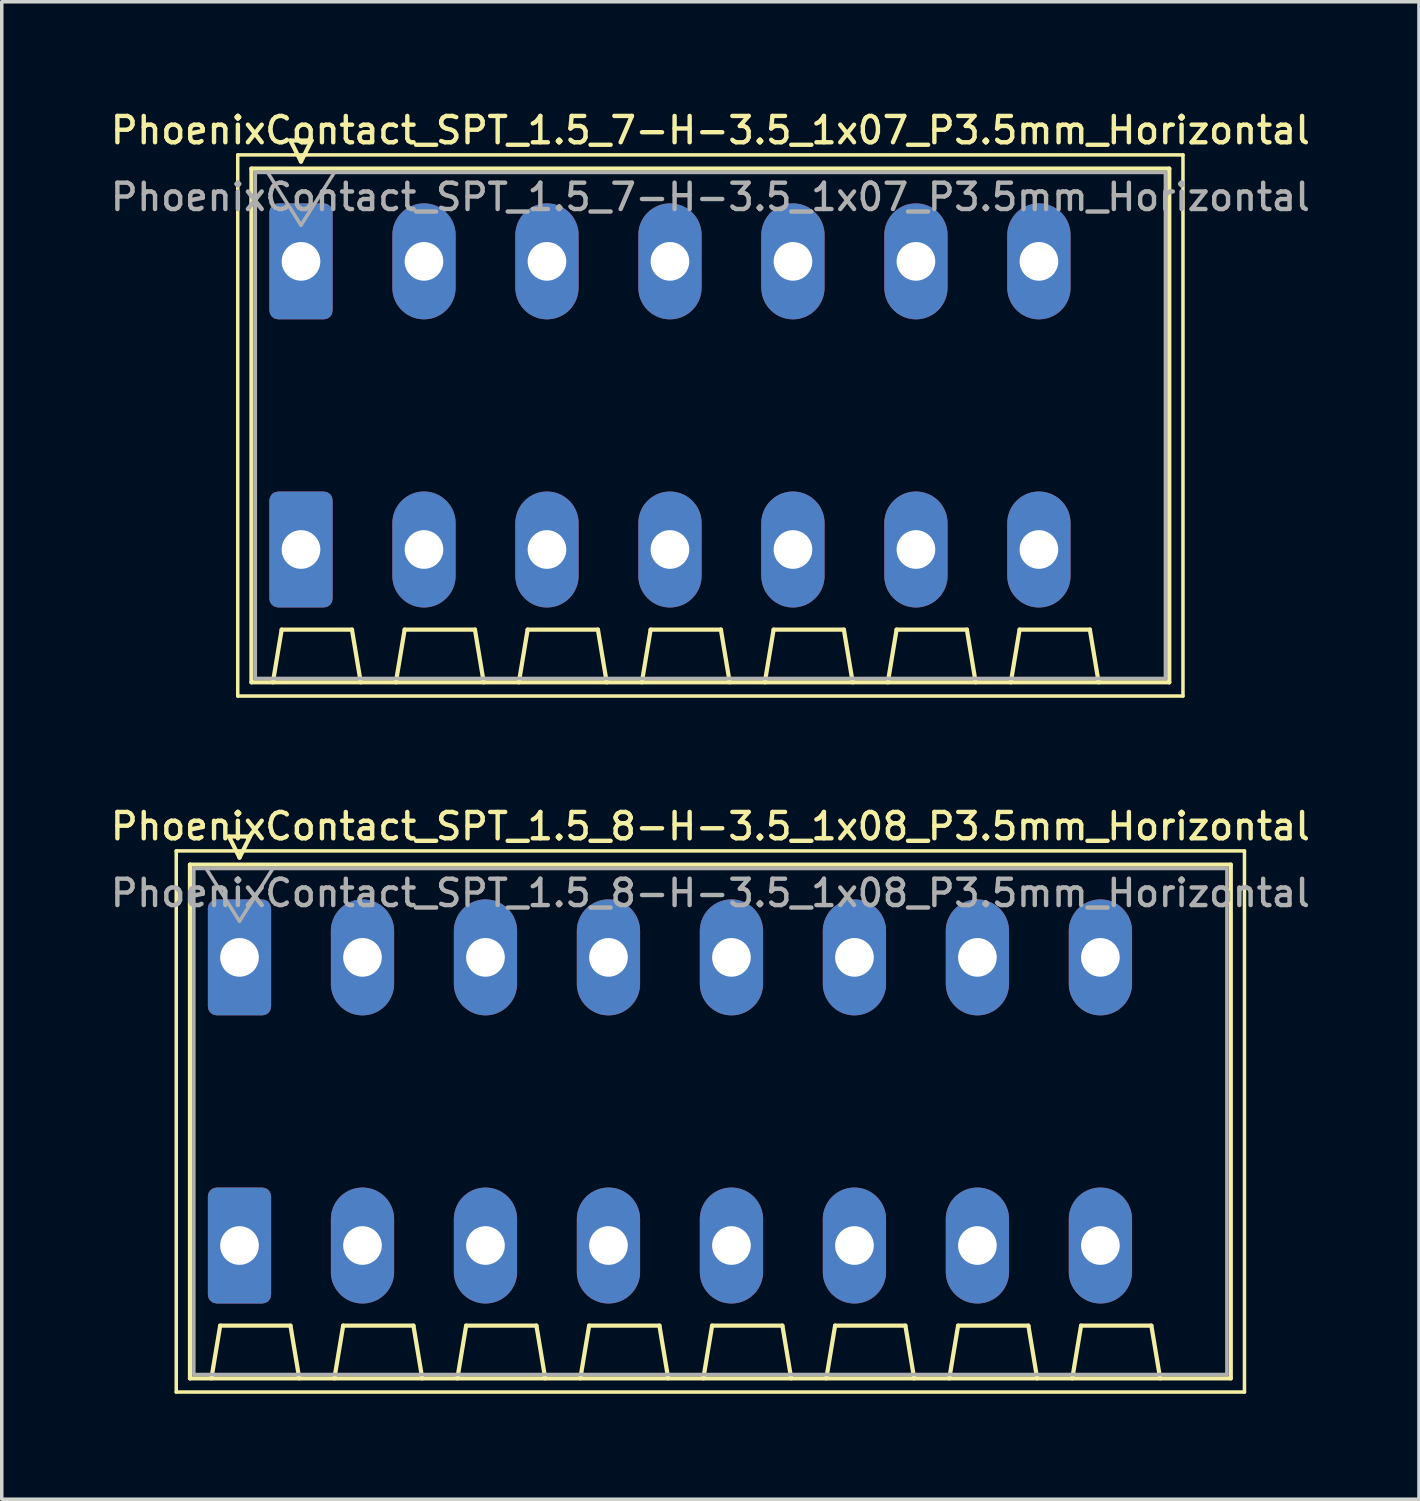
<source format=kicad_pcb>
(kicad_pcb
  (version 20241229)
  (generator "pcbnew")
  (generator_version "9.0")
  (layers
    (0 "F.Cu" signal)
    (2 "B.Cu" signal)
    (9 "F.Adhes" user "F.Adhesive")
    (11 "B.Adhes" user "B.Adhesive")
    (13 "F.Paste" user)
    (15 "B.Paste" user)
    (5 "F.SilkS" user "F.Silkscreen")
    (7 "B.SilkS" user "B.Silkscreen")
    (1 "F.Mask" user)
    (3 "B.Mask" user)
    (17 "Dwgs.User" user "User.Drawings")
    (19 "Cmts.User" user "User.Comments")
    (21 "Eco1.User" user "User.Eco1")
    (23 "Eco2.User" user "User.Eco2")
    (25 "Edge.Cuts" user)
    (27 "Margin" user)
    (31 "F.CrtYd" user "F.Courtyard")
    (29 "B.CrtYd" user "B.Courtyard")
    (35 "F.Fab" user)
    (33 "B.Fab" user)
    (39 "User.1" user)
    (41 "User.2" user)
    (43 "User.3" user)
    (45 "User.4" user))
  (footprint "PhoenixContact_SPT_1.5_7-H-3.5_1x07_P3.5mm_Horizontal"
    (layer "F.Cu")
    (at 5.516 4.388)
    (property "Reference" "PhoenixContact_SPT_1.5_7-H-3.5_1x07_P3.5mm_Horizontal" (at 11.65 -3.73 0) (layer "F.SilkS") (effects (font (size 0.75 0.75) (thickness 0.125))))
    (attr through_hole)
    (fp_line (start -1.8 -3.03) (end -1.8 12.37) (stroke (width 0.1) (type solid)) (layer "F.SilkS"))
    (fp_line (start -1.8 12.37) (end 25.1 12.37) (stroke (width 0.1) (type solid)) (layer "F.SilkS"))
    (fp_line (start -1.41 -2.64) (end 24.71 -2.64) (stroke (width 0.12) (type solid)) (layer "F.SilkS"))
    (fp_line (start -1.41 11.98) (end -1.41 -2.64) (stroke (width 0.12) (type solid)) (layer "F.SilkS"))
    (fp_line (start -0.8 11.98) (end -0.55 10.48) (stroke (width 0.12) (type solid)) (layer "F.SilkS"))
    (fp_line (start -0.55 10.48) (end 1.45 10.48) (stroke (width 0.12) (type solid)) (layer "F.SilkS"))
    (fp_line (start -0.3 -3.44) (end 0 -2.84) (stroke (width 0.12) (type solid)) (layer "F.SilkS"))
    (fp_line (start -0.3 -3.44) (end 0.3 -3.44) (stroke (width 0.12) (type solid)) (layer "F.SilkS"))
    (fp_line (start 0.3 -3.44) (end 0 -2.84) (stroke (width 0.12) (type solid)) (layer "F.SilkS"))
    (fp_line (start 1.7 11.98) (end 1.45 10.48) (stroke (width 0.12) (type solid)) (layer "F.SilkS"))
    (fp_line (start 2.7 11.98) (end 2.95 10.48) (stroke (width 0.12) (type solid)) (layer "F.SilkS"))
    (fp_line (start 2.95 10.48) (end 4.95 10.48) (stroke (width 0.12) (type solid)) (layer "F.SilkS"))
    (fp_line (start 5.2 11.98) (end 4.95 10.48) (stroke (width 0.12) (type solid)) (layer "F.SilkS"))
    (fp_line (start 6.2 11.98) (end 6.45 10.48) (stroke (width 0.12) (type solid)) (layer "F.SilkS"))
    (fp_line (start 6.45 10.48) (end 8.45 10.48) (stroke (width 0.12) (type solid)) (layer "F.SilkS"))
    (fp_line (start 8.7 11.98) (end 8.45 10.48) (stroke (width 0.12) (type solid)) (layer "F.SilkS"))
    (fp_line (start 9.7 11.98) (end 9.95 10.48) (stroke (width 0.12) (type solid)) (layer "F.SilkS"))
    (fp_line (start 9.95 10.48) (end 11.95 10.48) (stroke (width 0.12) (type solid)) (layer "F.SilkS"))
    (fp_line (start 12.2 11.98) (end 11.95 10.48) (stroke (width 0.12) (type solid)) (layer "F.SilkS"))
    (fp_line (start 13.2 11.98) (end 13.45 10.48) (stroke (width 0.12) (type solid)) (layer "F.SilkS"))
    (fp_line (start 13.45 10.48) (end 15.45 10.48) (stroke (width 0.12) (type solid)) (layer "F.SilkS"))
    (fp_line (start 15.7 11.98) (end 15.45 10.48) (stroke (width 0.12) (type solid)) (layer "F.SilkS"))
    (fp_line (start 16.7 11.98) (end 16.95 10.48) (stroke (width 0.12) (type solid)) (layer "F.SilkS"))
    (fp_line (start 16.95 10.48) (end 18.95 10.48) (stroke (width 0.12) (type solid)) (layer "F.SilkS"))
    (fp_line (start 19.2 11.98) (end 18.95 10.48) (stroke (width 0.12) (type solid)) (layer "F.SilkS"))
    (fp_line (start 20.2 11.98) (end 20.45 10.48) (stroke (width 0.12) (type solid)) (layer "F.SilkS"))
    (fp_line (start 20.45 10.48) (end 22.45 10.48) (stroke (width 0.12) (type solid)) (layer "F.SilkS"))
    (fp_line (start 22.7 11.98) (end 22.45 10.48) (stroke (width 0.12) (type solid)) (layer "F.SilkS"))
    (fp_line (start 24.71 -2.64) (end 24.71 11.98) (stroke (width 0.12) (type solid)) (layer "F.SilkS"))
    (fp_line (start 24.71 11.98) (end -1.41 11.98) (stroke (width 0.12) (type solid)) (layer "F.SilkS"))
    (fp_line (start 25.1 -3.03) (end -1.8 -3.03) (stroke (width 0.1) (type solid)) (layer "F.SilkS"))
    (fp_line (start 25.1 12.37) (end 25.1 -3.03) (stroke (width 0.1) (type solid)) (layer "F.SilkS"))
    (fp_line (start -1.3 -2.53) (end -1.3 11.87) (stroke (width 0.1) (type solid)) (layer "F.Fab"))
    (fp_line (start -1.3 11.87) (end 24.6 11.87) (stroke (width 0.1) (type solid)) (layer "F.Fab"))
    (fp_line (start -0.95 -2.53) (end 0 -1.03) (stroke (width 0.1) (type solid)) (layer "F.Fab"))
    (fp_line (start 0.95 -2.53) (end 0 -1.03) (stroke (width 0.1) (type solid)) (layer "F.Fab"))
    (fp_line (start 24.6 -2.53) (end -1.3 -2.53) (stroke (width 0.1) (type solid)) (layer "F.Fab"))
    (fp_line (start 24.6 11.87) (end 24.6 -2.53) (stroke (width 0.1) (type solid)) (layer "F.Fab"))
    (fp_text user "${REFERENCE}" (at 11.65 -1.83 0) (layer "F.Fab") (effects (font (size 0.75 0.75) (thickness 0.125))))
    (pad "1" thru_hole roundrect (at 0 0) (size 1.8 3.3) (drill 1.1) (layers "*.Cu" "*.Mask") (roundrect_rratio 0.139))
    (pad "1" thru_hole roundrect (at 0 8.2) (size 1.8 3.3) (drill 1.1) (layers "*.Cu" "*.Mask") (roundrect_rratio 0.139))
    (pad "2" thru_hole oval (at 3.5 0) (size 1.8 3.3) (drill 1.1) (layers "*.Cu" "*.Mask"))
    (pad "2" thru_hole oval (at 3.5 8.2) (size 1.8 3.3) (drill 1.1) (layers "*.Cu" "*.Mask"))
    (pad "3" thru_hole oval (at 7 0) (size 1.8 3.3) (drill 1.1) (layers "*.Cu" "*.Mask"))
    (pad "3" thru_hole oval (at 7 8.2) (size 1.8 3.3) (drill 1.1) (layers "*.Cu" "*.Mask"))
    (pad "4" thru_hole oval (at 10.5 0) (size 1.8 3.3) (drill 1.1) (layers "*.Cu" "*.Mask"))
    (pad "4" thru_hole oval (at 10.5 8.2) (size 1.8 3.3) (drill 1.1) (layers "*.Cu" "*.Mask"))
    (pad "5" thru_hole oval (at 14 0) (size 1.8 3.3) (drill 1.1) (layers "*.Cu" "*.Mask"))
    (pad "5" thru_hole oval (at 14 8.2) (size 1.8 3.3) (drill 1.1) (layers "*.Cu" "*.Mask"))
    (pad "6" thru_hole oval (at 17.5 0) (size 1.8 3.3) (drill 1.1) (layers "*.Cu" "*.Mask"))
    (pad "6" thru_hole oval (at 17.5 8.2) (size 1.8 3.3) (drill 1.1) (layers "*.Cu" "*.Mask"))
    (pad "7" thru_hole oval (at 21 0) (size 1.8 3.3) (drill 1.1) (layers "*.Cu" "*.Mask"))
    (pad "7" thru_hole oval (at 21 8.2) (size 1.8 3.3) (drill 1.1) (layers "*.Cu" "*.Mask")))
  (footprint "PhoenixContact_SPT_1.5_8-H-3.5_1x08_P3.5mm_Horizontal"
    (layer "F.Cu")
    (at 3.766 24.196)
    (property "Reference" "PhoenixContact_SPT_1.5_8-H-3.5_1x08_P3.5mm_Horizontal" (at 13.4 -3.73 0) (layer "F.SilkS") (effects (font (size 0.75 0.75) (thickness 0.125))))
    (attr through_hole)
    (fp_line (start -1.8 -3.03) (end -1.8 12.37) (stroke (width 0.1) (type solid)) (layer "F.SilkS"))
    (fp_line (start -1.8 12.37) (end 28.6 12.37) (stroke (width 0.1) (type solid)) (layer "F.SilkS"))
    (fp_line (start -1.41 -2.64) (end 28.21 -2.64) (stroke (width 0.12) (type solid)) (layer "F.SilkS"))
    (fp_line (start -1.41 11.98) (end -1.41 -2.64) (stroke (width 0.12) (type solid)) (layer "F.SilkS"))
    (fp_line (start -0.8 11.98) (end -0.55 10.48) (stroke (width 0.12) (type solid)) (layer "F.SilkS"))
    (fp_line (start -0.55 10.48) (end 1.45 10.48) (stroke (width 0.12) (type solid)) (layer "F.SilkS"))
    (fp_line (start -0.3 -3.44) (end 0 -2.84) (stroke (width 0.12) (type solid)) (layer "F.SilkS"))
    (fp_line (start -0.3 -3.44) (end 0.3 -3.44) (stroke (width 0.12) (type solid)) (layer "F.SilkS"))
    (fp_line (start 0.3 -3.44) (end 0 -2.84) (stroke (width 0.12) (type solid)) (layer "F.SilkS"))
    (fp_line (start 1.7 11.98) (end 1.45 10.48) (stroke (width 0.12) (type solid)) (layer "F.SilkS"))
    (fp_line (start 2.7 11.98) (end 2.95 10.48) (stroke (width 0.12) (type solid)) (layer "F.SilkS"))
    (fp_line (start 2.95 10.48) (end 4.95 10.48) (stroke (width 0.12) (type solid)) (layer "F.SilkS"))
    (fp_line (start 5.2 11.98) (end 4.95 10.48) (stroke (width 0.12) (type solid)) (layer "F.SilkS"))
    (fp_line (start 6.2 11.98) (end 6.45 10.48) (stroke (width 0.12) (type solid)) (layer "F.SilkS"))
    (fp_line (start 6.45 10.48) (end 8.45 10.48) (stroke (width 0.12) (type solid)) (layer "F.SilkS"))
    (fp_line (start 8.7 11.98) (end 8.45 10.48) (stroke (width 0.12) (type solid)) (layer "F.SilkS"))
    (fp_line (start 9.7 11.98) (end 9.95 10.48) (stroke (width 0.12) (type solid)) (layer "F.SilkS"))
    (fp_line (start 9.95 10.48) (end 11.95 10.48) (stroke (width 0.12) (type solid)) (layer "F.SilkS"))
    (fp_line (start 12.2 11.98) (end 11.95 10.48) (stroke (width 0.12) (type solid)) (layer "F.SilkS"))
    (fp_line (start 13.2 11.98) (end 13.45 10.48) (stroke (width 0.12) (type solid)) (layer "F.SilkS"))
    (fp_line (start 13.45 10.48) (end 15.45 10.48) (stroke (width 0.12) (type solid)) (layer "F.SilkS"))
    (fp_line (start 15.7 11.98) (end 15.45 10.48) (stroke (width 0.12) (type solid)) (layer "F.SilkS"))
    (fp_line (start 16.7 11.98) (end 16.95 10.48) (stroke (width 0.12) (type solid)) (layer "F.SilkS"))
    (fp_line (start 16.95 10.48) (end 18.95 10.48) (stroke (width 0.12) (type solid)) (layer "F.SilkS"))
    (fp_line (start 19.2 11.98) (end 18.95 10.48) (stroke (width 0.12) (type solid)) (layer "F.SilkS"))
    (fp_line (start 20.2 11.98) (end 20.45 10.48) (stroke (width 0.12) (type solid)) (layer "F.SilkS"))
    (fp_line (start 20.45 10.48) (end 22.45 10.48) (stroke (width 0.12) (type solid)) (layer "F.SilkS"))
    (fp_line (start 22.7 11.98) (end 22.45 10.48) (stroke (width 0.12) (type solid)) (layer "F.SilkS"))
    (fp_line (start 23.7 11.98) (end 23.95 10.48) (stroke (width 0.12) (type solid)) (layer "F.SilkS"))
    (fp_line (start 23.95 10.48) (end 25.95 10.48) (stroke (width 0.12) (type solid)) (layer "F.SilkS"))
    (fp_line (start 26.2 11.98) (end 25.95 10.48) (stroke (width 0.12) (type solid)) (layer "F.SilkS"))
    (fp_line (start 28.21 -2.64) (end 28.21 11.98) (stroke (width 0.12) (type solid)) (layer "F.SilkS"))
    (fp_line (start 28.21 11.98) (end -1.41 11.98) (stroke (width 0.12) (type solid)) (layer "F.SilkS"))
    (fp_line (start 28.6 -3.03) (end -1.8 -3.03) (stroke (width 0.1) (type solid)) (layer "F.SilkS"))
    (fp_line (start 28.6 12.37) (end 28.6 -3.03) (stroke (width 0.1) (type solid)) (layer "F.SilkS"))
    (fp_line (start -1.3 -2.53) (end -1.3 11.87) (stroke (width 0.1) (type solid)) (layer "F.Fab"))
    (fp_line (start -1.3 11.87) (end 28.1 11.87) (stroke (width 0.1) (type solid)) (layer "F.Fab"))
    (fp_line (start -0.95 -2.53) (end 0 -1.03) (stroke (width 0.1) (type solid)) (layer "F.Fab"))
    (fp_line (start 0.95 -2.53) (end 0 -1.03) (stroke (width 0.1) (type solid)) (layer "F.Fab"))
    (fp_line (start 28.1 -2.53) (end -1.3 -2.53) (stroke (width 0.1) (type solid)) (layer "F.Fab"))
    (fp_line (start 28.1 11.87) (end 28.1 -2.53) (stroke (width 0.1) (type solid)) (layer "F.Fab"))
    (fp_text user "${REFERENCE}" (at 13.4 -1.83 0) (layer "F.Fab") (effects (font (size 0.75 0.75) (thickness 0.125))))
    (pad "1" thru_hole roundrect (at 0 0) (size 1.8 3.3) (drill 1.1) (layers "*.Cu" "*.Mask") (roundrect_rratio 0.139))
    (pad "1" thru_hole roundrect (at 0 8.2) (size 1.8 3.3) (drill 1.1) (layers "*.Cu" "*.Mask") (roundrect_rratio 0.139))
    (pad "2" thru_hole oval (at 3.5 0) (size 1.8 3.3) (drill 1.1) (layers "*.Cu" "*.Mask"))
    (pad "2" thru_hole oval (at 3.5 8.2) (size 1.8 3.3) (drill 1.1) (layers "*.Cu" "*.Mask"))
    (pad "3" thru_hole oval (at 7 0) (size 1.8 3.3) (drill 1.1) (layers "*.Cu" "*.Mask"))
    (pad "3" thru_hole oval (at 7 8.2) (size 1.8 3.3) (drill 1.1) (layers "*.Cu" "*.Mask"))
    (pad "4" thru_hole oval (at 10.5 0) (size 1.8 3.3) (drill 1.1) (layers "*.Cu" "*.Mask"))
    (pad "4" thru_hole oval (at 10.5 8.2) (size 1.8 3.3) (drill 1.1) (layers "*.Cu" "*.Mask"))
    (pad "5" thru_hole oval (at 14 0) (size 1.8 3.3) (drill 1.1) (layers "*.Cu" "*.Mask"))
    (pad "5" thru_hole oval (at 14 8.2) (size 1.8 3.3) (drill 1.1) (layers "*.Cu" "*.Mask"))
    (pad "6" thru_hole oval (at 17.5 0) (size 1.8 3.3) (drill 1.1) (layers "*.Cu" "*.Mask"))
    (pad "6" thru_hole oval (at 17.5 8.2) (size 1.8 3.3) (drill 1.1) (layers "*.Cu" "*.Mask"))
    (pad "7" thru_hole oval (at 21 0) (size 1.8 3.3) (drill 1.1) (layers "*.Cu" "*.Mask"))
    (pad "7" thru_hole oval (at 21 8.2) (size 1.8 3.3) (drill 1.1) (layers "*.Cu" "*.Mask"))
    (pad "8" thru_hole oval (at 24.5 0) (size 1.8 3.3) (drill 1.1) (layers "*.Cu" "*.Mask"))
    (pad "8" thru_hole oval (at 24.5 8.2) (size 1.8 3.3) (drill 1.1) (layers "*.Cu" "*.Mask")))
  (gr_rect
    (start -3 -3)
    (end 37.332 39.616)
    (stroke (width 0.1) (type default))
    (fill no)
    (layer "Edge.Cuts")))
</source>
